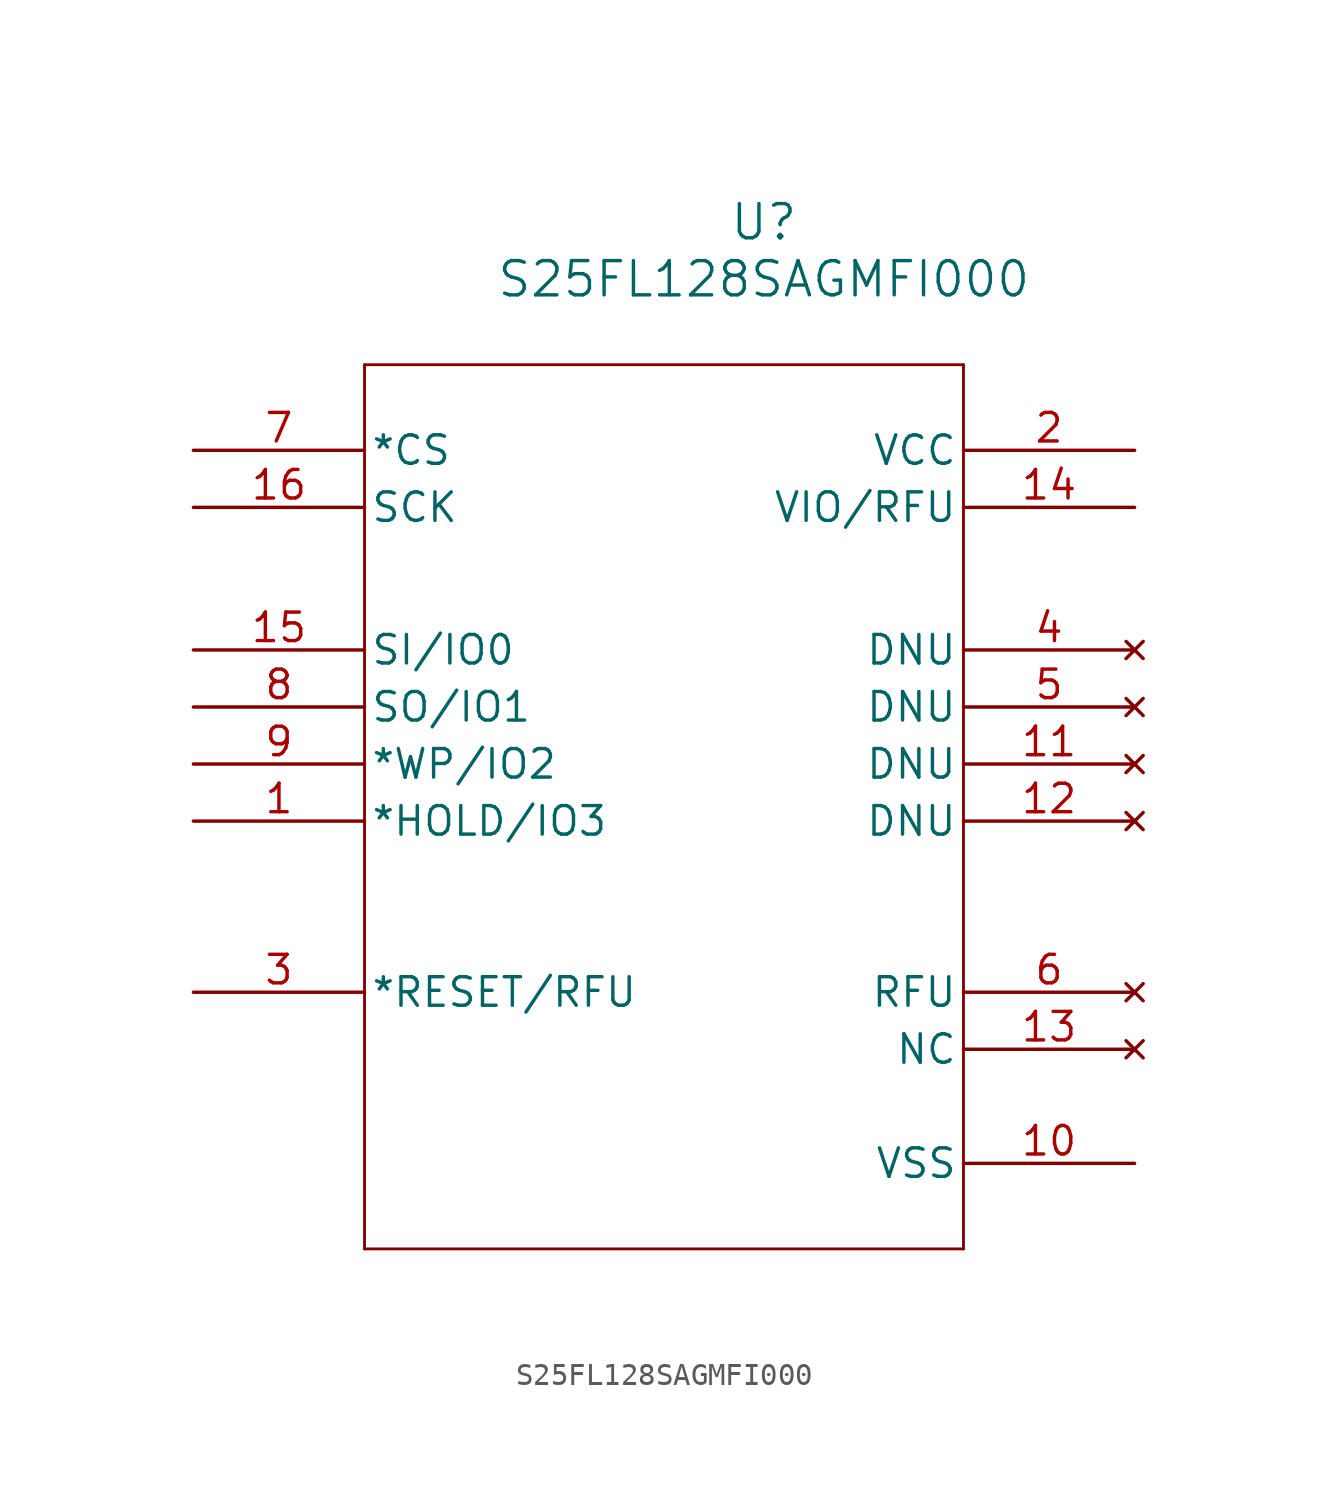
<source format=kicad_sym>
(kicad_symbol_lib
  (version 20231120)
  (generator "kicad_symbol_editor")
  (generator_version "8.0")
  (symbol "S25FL128SAGMFI000"
    (pin_names
      (offset 0.254))
    (property "Reference" "U"
      (at 25.4 10.16 0)
      (effects (font (size 1.524 1.524))))
    (property "Value" "S25FL128SAGMFI000"
      (at 25.4 7.62 0)
      (effects (font (size 1.524 1.524))))
    (property "ki_locked" ""
      (at 0 0 0)
      (effects (font (size 1.27 1.27))))
    (symbol "S25FL128SAGMFI000_0_1"
      (polyline (pts (xy 7.62 -35.56) (xy 34.29 -35.56)) (stroke (width 0.127) (type default)) (fill (type none)))
      (polyline (pts (xy 7.62 3.81) (xy 7.62 -35.56)) (stroke (width 0.127) (type default)) (fill (type none)))
      (polyline (pts (xy 34.29 -35.56) (xy 34.29 3.81)) (stroke (width 0.127) (type default)) (fill (type none)))
      (polyline (pts (xy 34.29 3.81) (xy 7.62 3.81)) (stroke (width 0.127) (type default)) (fill (type none)))
      (pin bidirectional line (at 0 -16.51 0) (length 7.62) (name "*HOLD/IO3" (effects (font (size 1.27 1.27)))) (number "1" (effects (font (size 1.27 1.27)))))
      (pin no_connect line (at 41.91 -13.97 180) (length 7.62) (name "DNU" (effects (font (size 1.27 1.27)))) (number "11" (effects (font (size 1.27 1.27)))))
      (pin no_connect line (at 41.91 -16.51 180) (length 7.62) (name "DNU" (effects (font (size 1.27 1.27)))) (number "12" (effects (font (size 1.27 1.27)))))
      (pin bidirectional line (at 0 -8.89 0) (length 7.62) (name "SI/IO0" (effects (font (size 1.27 1.27)))) (number "15" (effects (font (size 1.27 1.27)))))
      (pin input line (at 0 -2.54 0) (length 7.62) (name "SCK" (effects (font (size 1.27 1.27)))) (number "16" (effects (font (size 1.27 1.27)))))
      (pin bidirectional line (at 0 -24.13 0) (length 7.62) (name "*RESET/RFU" (effects (font (size 1.27 1.27)))) (number "3" (effects (font (size 1.27 1.27)))))
      (pin no_connect line (at 41.91 -8.89 180) (length 7.62) (name "DNU" (effects (font (size 1.27 1.27)))) (number "4" (effects (font (size 1.27 1.27)))))
      (pin no_connect line (at 41.91 -11.43 180) (length 7.62) (name "DNU" (effects (font (size 1.27 1.27)))) (number "5" (effects (font (size 1.27 1.27)))))
      (pin input line (at 0 0 0) (length 7.62) (name "*CS" (effects (font (size 1.27 1.27)))) (number "7" (effects (font (size 1.27 1.27)))))
      (pin bidirectional line (at 0 -11.43 0) (length 7.62) (name "SO/IO1" (effects (font (size 1.27 1.27)))) (number "8" (effects (font (size 1.27 1.27)))))
      (pin bidirectional line (at 0 -13.97 0) (length 7.62) (name "*WP/IO2" (effects (font (size 1.27 1.27)))) (number "9" (effects (font (size 1.27 1.27))))))
    (symbol "S25FL128SAGMFI000_1_1"
      (pin power_in line (at 41.91 -31.75 180) (length 7.62) (name "VSS" (effects (font (size 1.27 1.27)))) (number "10" (effects (font (size 1.27 1.27)))))
      (pin no_connect line (at 41.91 -26.67 180) (length 7.62) (name "NC" (effects (font (size 1.27 1.27)))) (number "13" (effects (font (size 1.27 1.27)))))
      (pin bidirectional line (at 41.91 -2.54 180) (length 7.62) (name "VIO/RFU" (effects (font (size 1.27 1.27)))) (number "14" (effects (font (size 1.27 1.27)))))
      (pin power_in line (at 41.91 0 180) (length 7.62) (name "VCC" (effects (font (size 1.27 1.27)))) (number "2" (effects (font (size 1.27 1.27)))))
      (pin no_connect line (at 41.91 -24.13 180) (length 7.62) (name "RFU" (effects (font (size 1.27 1.27)))) (number "6" (effects (font (size 1.27 1.27))))))))
</source>
